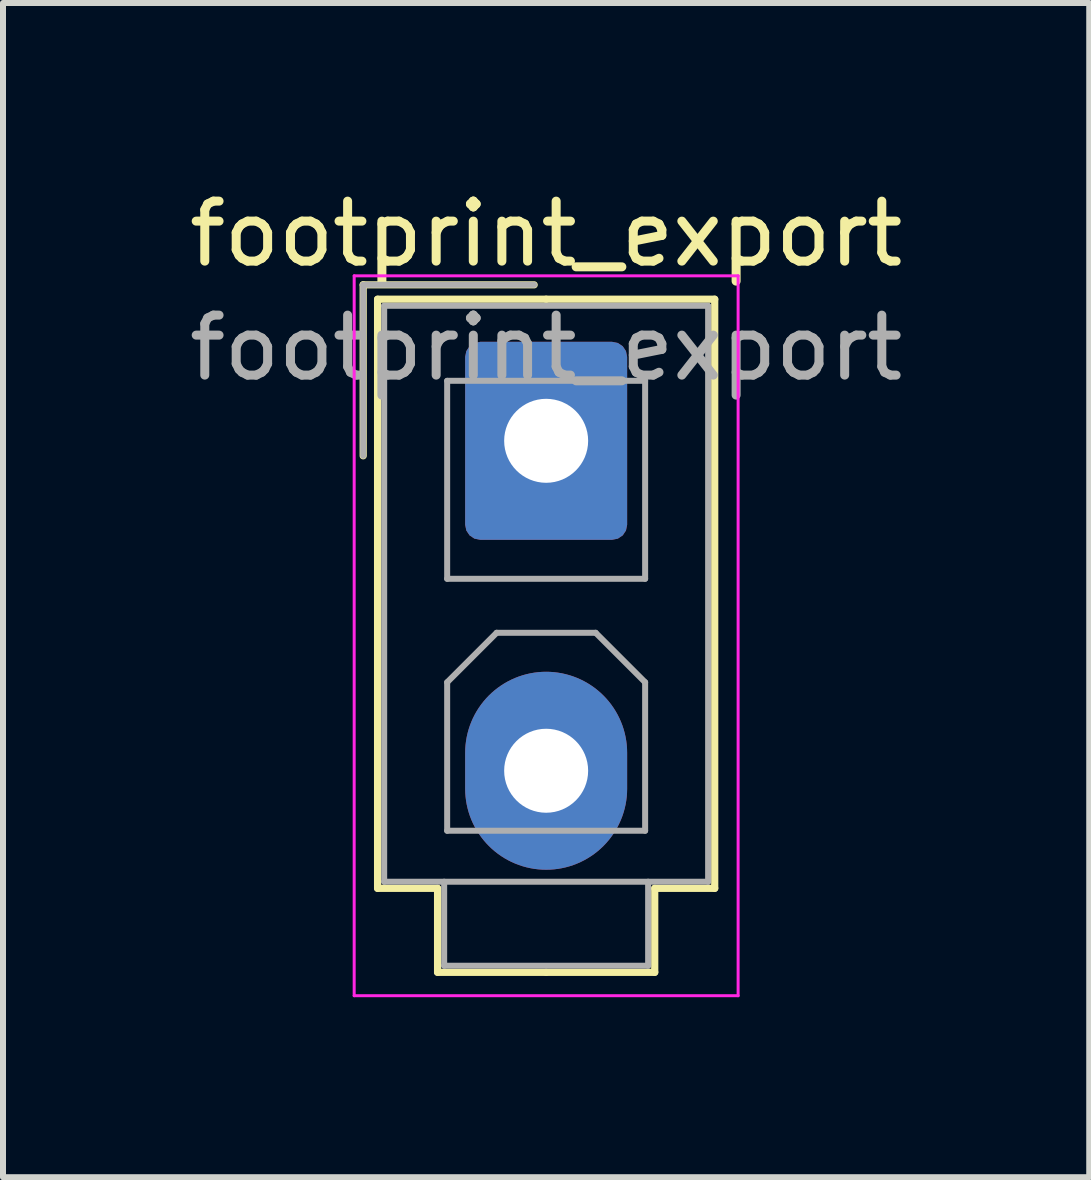
<source format=kicad_pcb>
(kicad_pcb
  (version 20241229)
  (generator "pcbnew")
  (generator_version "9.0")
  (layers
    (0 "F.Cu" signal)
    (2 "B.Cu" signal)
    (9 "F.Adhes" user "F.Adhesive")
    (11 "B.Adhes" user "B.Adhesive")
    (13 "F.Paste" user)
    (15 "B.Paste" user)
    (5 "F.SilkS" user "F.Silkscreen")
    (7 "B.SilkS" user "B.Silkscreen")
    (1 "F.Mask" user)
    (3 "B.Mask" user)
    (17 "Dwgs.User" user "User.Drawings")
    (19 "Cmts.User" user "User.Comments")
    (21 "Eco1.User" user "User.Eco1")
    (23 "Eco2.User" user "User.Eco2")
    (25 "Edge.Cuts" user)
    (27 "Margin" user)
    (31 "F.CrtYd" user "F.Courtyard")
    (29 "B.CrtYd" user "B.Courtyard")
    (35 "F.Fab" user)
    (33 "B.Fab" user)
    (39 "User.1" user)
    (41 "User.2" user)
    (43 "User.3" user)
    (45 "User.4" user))
  (footprint "footprint_export"
    (layer "F.Cu")
    (at 6.054 4.298)
    (property "Reference" "footprint_export" (at 0 -3.45 0) (layer "F.SilkS") (effects (font (size 1 1) (thickness 0.15))))
    (attr through_hole)
    (fp_line (start -3.05 -2.6) (end -3.05 0.25) (stroke (width 0.12) (type solid)) (layer "F.SilkS"))
    (fp_line (start -2.81 -2.36) (end -2.81 7.46) (stroke (width 0.12) (type solid)) (layer "F.SilkS"))
    (fp_line (start -2.81 7.46) (end -1.81 7.46) (stroke (width 0.12) (type solid)) (layer "F.SilkS"))
    (fp_line (start -1.81 7.46) (end -1.81 8.86) (stroke (width 0.12) (type solid)) (layer "F.SilkS"))
    (fp_line (start -1.81 8.86) (end 0 8.86) (stroke (width 0.12) (type solid)) (layer "F.SilkS"))
    (fp_line (start -0.2 -2.6) (end -3.05 -2.6) (stroke (width 0.12) (type solid)) (layer "F.SilkS"))
    (fp_line (start 0 -2.36) (end -2.81 -2.36) (stroke (width 0.12) (type solid)) (layer "F.SilkS"))
    (fp_line (start 0 -2.36) (end 2.81 -2.36) (stroke (width 0.12) (type solid)) (layer "F.SilkS"))
    (fp_line (start 1.81 7.46) (end 1.81 8.86) (stroke (width 0.12) (type solid)) (layer "F.SilkS"))
    (fp_line (start 1.81 8.86) (end 0 8.86) (stroke (width 0.12) (type solid)) (layer "F.SilkS"))
    (fp_line (start 2.81 -2.36) (end 2.81 7.46) (stroke (width 0.12) (type solid)) (layer "F.SilkS"))
    (fp_line (start 2.81 7.46) (end 1.81 7.46) (stroke (width 0.12) (type solid)) (layer "F.SilkS"))
    (fp_line (start -3.2 -2.75) (end -3.2 9.25) (stroke (width 0.05) (type solid)) (layer "F.CrtYd"))
    (fp_line (start -3.2 9.25) (end 3.2 9.25) (stroke (width 0.05) (type solid)) (layer "F.CrtYd"))
    (fp_line (start 3.2 -2.75) (end -3.2 -2.75) (stroke (width 0.05) (type solid)) (layer "F.CrtYd"))
    (fp_line (start 3.2 9.25) (end 3.2 -2.75) (stroke (width 0.05) (type solid)) (layer "F.CrtYd"))
    (fp_line (start -3.05 -2.6) (end -3.05 0.25) (stroke (width 0.1) (type solid)) (layer "F.Fab"))
    (fp_line (start -2.7 -2.25) (end -2.7 7.35) (stroke (width 0.1) (type solid)) (layer "F.Fab"))
    (fp_line (start -2.7 7.35) (end 2.7 7.35) (stroke (width 0.1) (type solid)) (layer "F.Fab"))
    (fp_line (start -1.7 7.35) (end -1.7 8.75) (stroke (width 0.1) (type solid)) (layer "F.Fab"))
    (fp_line (start -1.7 8.75) (end 1.7 8.75) (stroke (width 0.1) (type solid)) (layer "F.Fab"))
    (fp_line (start -1.65 -1) (end -1.65 2.3) (stroke (width 0.1) (type solid)) (layer "F.Fab"))
    (fp_line (start -1.65 2.3) (end 1.65 2.3) (stroke (width 0.1) (type solid)) (layer "F.Fab"))
    (fp_line (start -1.65 4.025) (end -0.825 3.2) (stroke (width 0.1) (type solid)) (layer "F.Fab"))
    (fp_line (start -1.65 6.5) (end -1.65 4.025) (stroke (width 0.1) (type solid)) (layer "F.Fab"))
    (fp_line (start -0.825 3.2) (end 0.825 3.2) (stroke (width 0.1) (type solid)) (layer "F.Fab"))
    (fp_line (start -0.2 -2.6) (end -3.05 -2.6) (stroke (width 0.1) (type solid)) (layer "F.Fab"))
    (fp_line (start 0.825 3.2) (end 1.65 4.025) (stroke (width 0.1) (type solid)) (layer "F.Fab"))
    (fp_line (start 1.65 -1) (end -1.65 -1) (stroke (width 0.1) (type solid)) (layer "F.Fab"))
    (fp_line (start 1.65 2.3) (end 1.65 -1) (stroke (width 0.1) (type solid)) (layer "F.Fab"))
    (fp_line (start 1.65 4.025) (end 1.65 6.5) (stroke (width 0.1) (type solid)) (layer "F.Fab"))
    (fp_line (start 1.65 6.5) (end -1.65 6.5) (stroke (width 0.1) (type solid)) (layer "F.Fab"))
    (fp_line (start 1.7 8.75) (end 1.7 7.35) (stroke (width 0.1) (type solid)) (layer "F.Fab"))
    (fp_line (start 2.7 -2.25) (end -2.7 -2.25) (stroke (width 0.1) (type solid)) (layer "F.Fab"))
    (fp_line (start 2.7 7.35) (end 2.7 -2.25) (stroke (width 0.1) (type solid)) (layer "F.Fab"))
    (fp_text user "${REFERENCE}" (at 0 -1.55 0) (layer "F.Fab") (effects (font (size 1 1) (thickness 0.15))))
    (pad "1" thru_hole roundrect (at 0 0) (size 2.7 3.3) (drill 1.4) (layers "*.Cu" "*.Mask") (roundrect_rratio 0.093))
    (pad "2" thru_hole oval (at 0 5.5) (size 2.7 3.3) (drill 1.4) (layers "*.Cu" "*.Mask")))
  (gr_rect
    (start -3 -3)
    (end 15.107 16.573)
    (stroke (width 0.1) (type default))
    (fill no)
    (layer "Edge.Cuts")))
</source>
